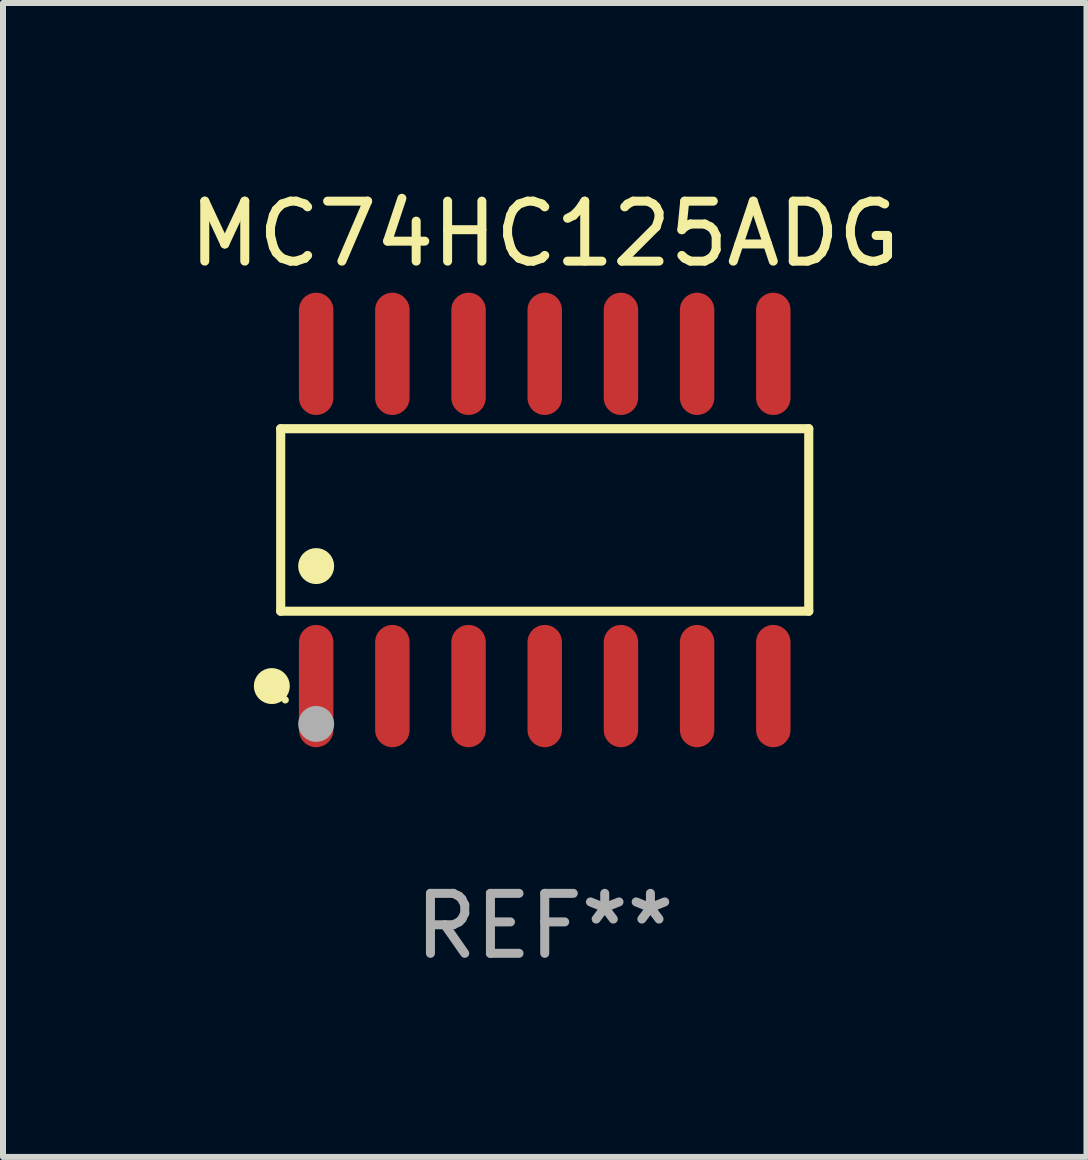
<source format=kicad_pcb>
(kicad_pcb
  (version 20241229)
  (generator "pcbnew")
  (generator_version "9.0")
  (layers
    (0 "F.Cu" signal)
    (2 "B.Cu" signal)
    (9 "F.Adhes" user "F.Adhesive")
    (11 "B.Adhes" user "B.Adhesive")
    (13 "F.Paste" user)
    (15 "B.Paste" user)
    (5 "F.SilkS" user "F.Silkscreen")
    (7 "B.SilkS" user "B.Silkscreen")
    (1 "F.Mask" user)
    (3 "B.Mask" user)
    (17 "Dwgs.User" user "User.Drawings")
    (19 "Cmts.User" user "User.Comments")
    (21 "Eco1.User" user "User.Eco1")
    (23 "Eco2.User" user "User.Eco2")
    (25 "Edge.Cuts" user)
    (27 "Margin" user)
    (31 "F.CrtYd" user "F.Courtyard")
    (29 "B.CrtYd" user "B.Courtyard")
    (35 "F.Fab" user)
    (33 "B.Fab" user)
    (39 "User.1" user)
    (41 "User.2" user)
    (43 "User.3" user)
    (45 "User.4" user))
  (footprint "MC74HC125ADG"
    (layer "F.Cu")
    (at 6.03 5.617)
    (property "Reference" "MC74HC125ADG" (at 0 -4.769 0) (layer "F.SilkS") (effects (font (size 1 1) (thickness 0.15))))
    (attr through_hole)
    (fp_line (start -4.401 -1.521) (end 4.401 -1.521) (stroke (width 0.152) (type solid)) (layer "F.SilkS"))
    (fp_line (start -4.401 1.521) (end -4.401 -1.521) (stroke (width 0.152) (type solid)) (layer "F.SilkS"))
    (fp_line (start 4.401 -1.521) (end 4.401 1.521) (stroke (width 0.152) (type solid)) (layer "F.SilkS"))
    (fp_line (start 4.401 1.521) (end -4.401 1.521) (stroke (width 0.152) (type solid)) (layer "F.SilkS"))
    (fp_circle (center -4.549 2.769) (end -4.399 2.769) (stroke (width 0.3) (type solid)) (fill no) (layer "F.SilkS"))
    (fp_circle (center -4.325 3) (end -4.295 3) (stroke (width 0.06) (type solid)) (fill no) (layer "F.SilkS"))
    (fp_circle (center -3.81 0.769) (end -3.66 0.769) (stroke (width 0.3) (type solid)) (fill no) (layer "F.SilkS"))
    (fp_circle (center -3.81 3.4) (end -3.66 3.4) (stroke (width 0.3) (type solid)) (fill no) (layer "F.Fab"))
    (fp_text user "REF**" (at 0 6.769 0) (layer "F.Fab") (effects (font (size 1 1) (thickness 0.15))))
    (pad "1" smd oval (at -3.81 2.769) (size 0.574 2.038) (layers "F.Cu" "F.Mask" "F.Paste"))
    (pad "2" smd oval (at -2.54 2.769) (size 0.574 2.038) (layers "F.Cu" "F.Mask" "F.Paste"))
    (pad "3" smd oval (at -1.27 2.769) (size 0.574 2.038) (layers "F.Cu" "F.Mask" "F.Paste"))
    (pad "4" smd oval (at 0 2.769) (size 0.574 2.038) (layers "F.Cu" "F.Mask" "F.Paste"))
    (pad "5" smd oval (at 1.27 2.769) (size 0.574 2.038) (layers "F.Cu" "F.Mask" "F.Paste"))
    (pad "6" smd oval (at 2.54 2.769) (size 0.574 2.038) (layers "F.Cu" "F.Mask" "F.Paste"))
    (pad "7" smd oval (at 3.81 2.769) (size 0.574 2.038) (layers "F.Cu" "F.Mask" "F.Paste"))
    (pad "8" smd oval (at 3.81 -2.769) (size 0.574 2.038) (layers "F.Cu" "F.Mask" "F.Paste"))
    (pad "9" smd oval (at 2.54 -2.769) (size 0.574 2.038) (layers "F.Cu" "F.Mask" "F.Paste"))
    (pad "10" smd oval (at 1.27 -2.769) (size 0.574 2.038) (layers "F.Cu" "F.Mask" "F.Paste"))
    (pad "11" smd oval (at 0 -2.769) (size 0.574 2.038) (layers "F.Cu" "F.Mask" "F.Paste"))
    (pad "12" smd oval (at -1.27 -2.769) (size 0.574 2.038) (layers "F.Cu" "F.Mask" "F.Paste"))
    (pad "13" smd oval (at -2.54 -2.769) (size 0.574 2.038) (layers "F.Cu" "F.Mask" "F.Paste"))
    (pad "14" smd oval (at -3.81 -2.769) (size 0.574 2.038) (layers "F.Cu" "F.Mask" "F.Paste")))
  (gr_rect
    (start -3 -3)
    (end 15.06 16.235)
    (stroke (width 0.1) (type default))
    (fill no)
    (layer "Edge.Cuts")))
</source>
